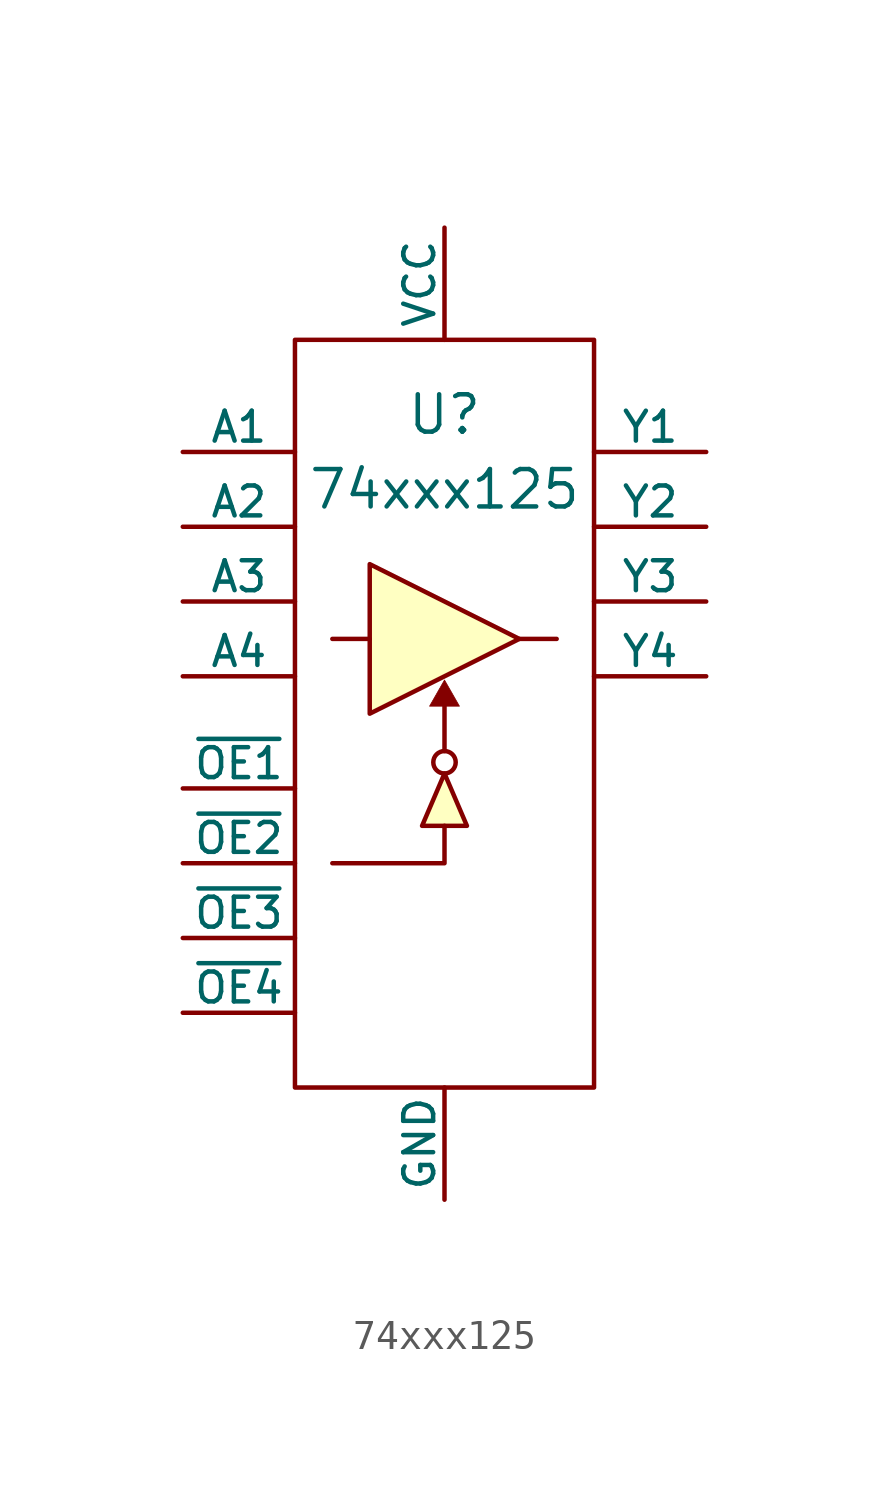
<source format=kicad_sym>
(kicad_symbol_lib
  (version 20211014)
  (generator kicad_symbol_editor)
  (symbol "74xxx125"
    (pin_numbers hide)
    (pin_names
      (offset 0))
    (property "Reference" "U"
      (at 0 10.16 0)
      (effects (font (size 1.27 1.27))))
    (property "Value" "74xxx125"
      (at 0 7.62 0)
      (effects (font (size 1.27 1.27))))
    (symbol "74xxx125_0_0"
      (rectangle (start -5.08 12.7) (end 5.08 -12.7) (stroke (width 0) (type default) (color 0 0 0 0)) (fill (type none)))
      (circle (center 0 -1.651) (radius 0.381) (stroke (width 0) (type default) (color 0 0 0 0)) (fill (type none))))
    (symbol "74xxx125_0_1"
      (polyline (pts (xy -2.54 2.54) (xy -3.81 2.54)) (stroke (width 0) (type default) (color 0 0 0 0)) (fill (type none)))
      (polyline (pts (xy 0 0.508) (xy 0 -1.27)) (stroke (width 0) (type default) (color 0 0 0 0)) (fill (type none)))
      (polyline (pts (xy 2.54 2.54) (xy 3.81 2.54)) (stroke (width 0) (type default) (color 0 0 0 0)) (fill (type none)))
      (polyline (pts (xy 0 -3.81) (xy 0 -5.08) (xy -3.81 -5.08)) (stroke (width 0) (type default) (color 0 0 0 0)) (fill (type none)))
      (polyline (pts (xy -2.54 5.08) (xy -2.54 0) (xy 2.54 2.54) (xy -2.54 5.08)) (stroke (width 0) (type default) (color 0 0 0 0)) (fill (type background)))
      (polyline (pts (xy 0 -2.032) (xy -0.762 -3.81) (xy 0.762 -3.81) (xy 0 -2.032)) (stroke (width 0) (type default) (color 0 0 0 0)) (fill (type background)))
      (polyline (pts (xy 0 1.143) (xy -0.508 0.254) (xy 0.508 0.254) (xy 0 1.143)) (stroke (width 0.025) (type default) (color 0 0 0 0)) (fill (type outline))))
    (symbol "74xxx125_1_1"
      (pin input line (at -8.89 -2.54 0) (length 3.81) (name "~{OE1}" (effects (font (size 1.016 1.016)))) (number "1" (effects (font (size 1.016 1.016)))))
      (pin input line (at -8.89 -5.08 0) (length 3.81) (name "~{OE2}" (effects (font (size 1.016 1.016)))) (number "1" (effects (font (size 1.016 1.016)))))
      (pin input line (at -8.89 -7.62 0) (length 3.81) (name "~{OE3}" (effects (font (size 1.016 1.016)))) (number "1" (effects (font (size 1.016 1.016)))))
      (pin input line (at -8.89 -10.16 0) (length 3.81) (name "~{OE4}" (effects (font (size 1.016 1.016)))) (number "1" (effects (font (size 1.016 1.016)))))
      (pin power_in line (at 0 -16.51 90) (length 3.81) (name "GND" (effects (font (size 1.016 1.016)))) (number "10" (effects (font (size 1.016 1.016)))))
      (pin output line (at 8.89 1.27 180) (length 3.81) (name "Y4" (effects (font (size 1.016 1.016)))) (number "14" (effects (font (size 1.016 1.016)))))
      (pin output line (at 8.89 3.81 180) (length 3.81) (name "Y3" (effects (font (size 1.016 1.016)))) (number "15" (effects (font (size 1.016 1.016)))))
      (pin output line (at 8.89 6.35 180) (length 3.81) (name "Y2" (effects (font (size 1.016 1.016)))) (number "16" (effects (font (size 1.016 1.016)))))
      (pin output line (at 8.89 8.89 180) (length 3.81) (name "Y1" (effects (font (size 1.016 1.016)))) (number "17" (effects (font (size 1.016 1.016)))))
      (pin power_in line (at 0 16.51 270) (length 3.81) (name "VCC" (effects (font (size 1.016 1.016)))) (number "20" (effects (font (size 1.016 1.016)))))
      (pin input line (at -8.89 8.89 0) (length 3.81) (name "A1" (effects (font (size 1.016 1.016)))) (number "3" (effects (font (size 1.016 1.016)))))
      (pin input line (at -8.89 6.35 0) (length 3.81) (name "A2" (effects (font (size 1.016 1.016)))) (number "4" (effects (font (size 1.016 1.016)))))
      (pin input line (at -8.89 3.81 0) (length 3.81) (name "A3" (effects (font (size 1.016 1.016)))) (number "5" (effects (font (size 1.016 1.016)))))
      (pin input line (at -8.89 1.27 0) (length 3.81) (name "A4" (effects (font (size 1.016 1.016)))) (number "6" (effects (font (size 1.016 1.016))))))))
</source>
